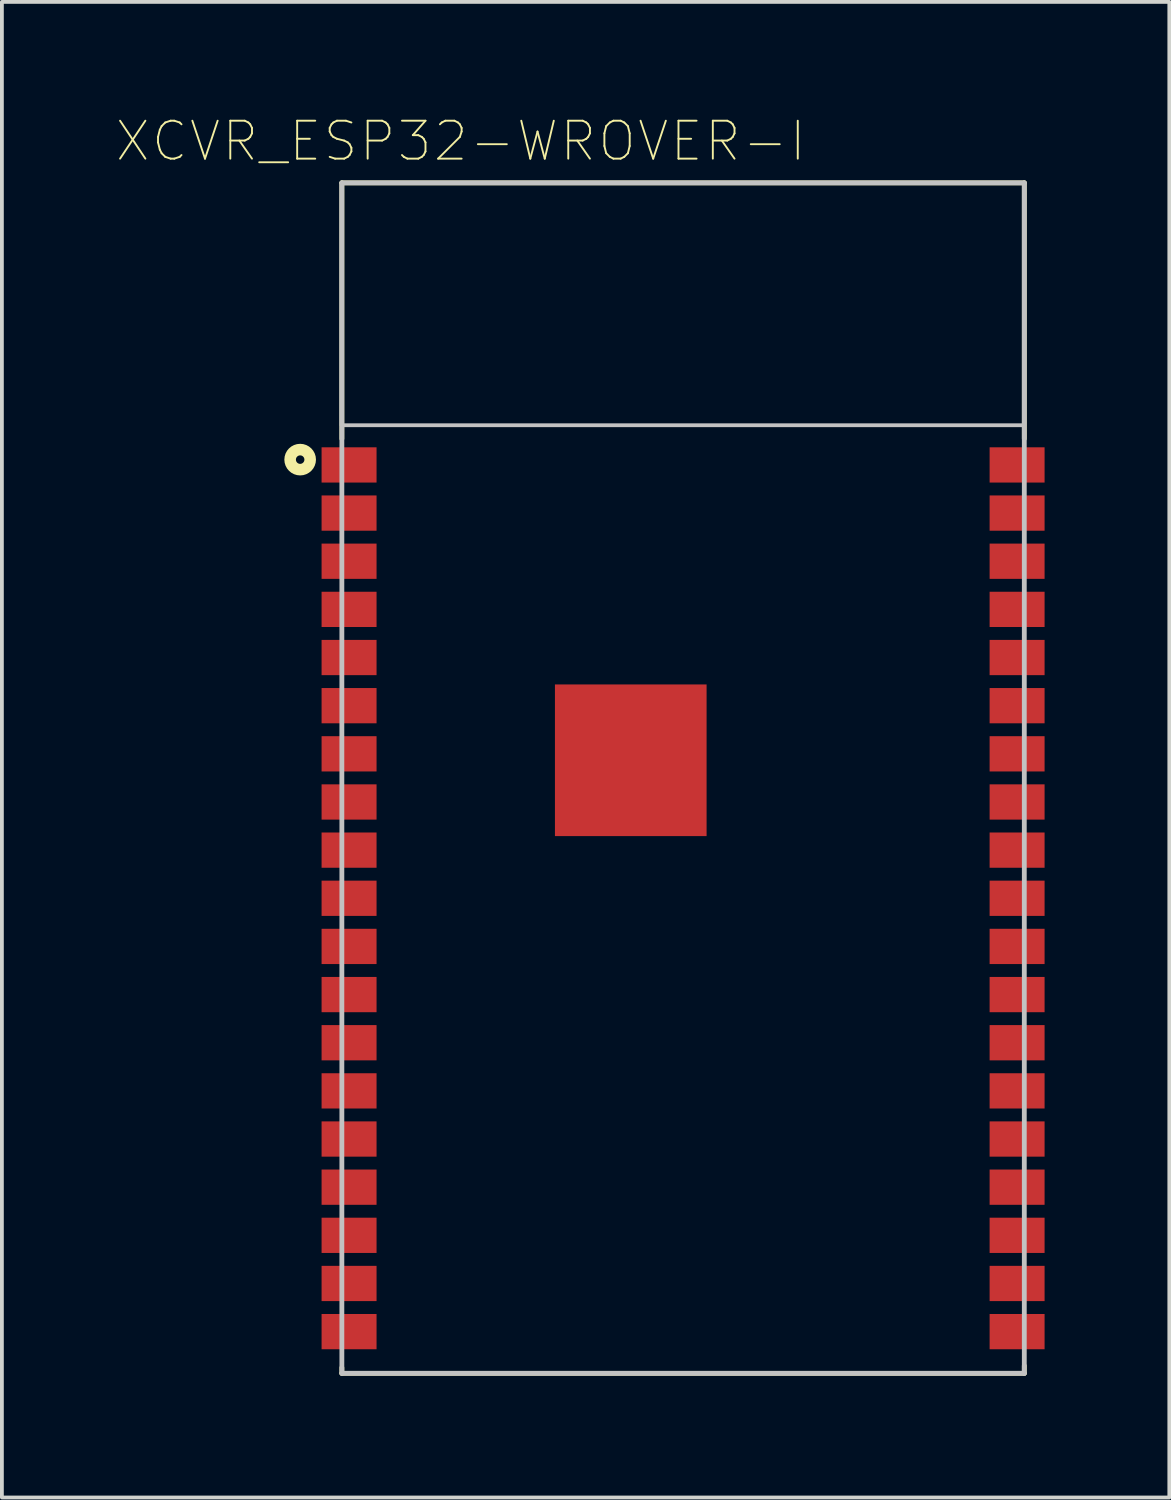
<source format=kicad_pcb>
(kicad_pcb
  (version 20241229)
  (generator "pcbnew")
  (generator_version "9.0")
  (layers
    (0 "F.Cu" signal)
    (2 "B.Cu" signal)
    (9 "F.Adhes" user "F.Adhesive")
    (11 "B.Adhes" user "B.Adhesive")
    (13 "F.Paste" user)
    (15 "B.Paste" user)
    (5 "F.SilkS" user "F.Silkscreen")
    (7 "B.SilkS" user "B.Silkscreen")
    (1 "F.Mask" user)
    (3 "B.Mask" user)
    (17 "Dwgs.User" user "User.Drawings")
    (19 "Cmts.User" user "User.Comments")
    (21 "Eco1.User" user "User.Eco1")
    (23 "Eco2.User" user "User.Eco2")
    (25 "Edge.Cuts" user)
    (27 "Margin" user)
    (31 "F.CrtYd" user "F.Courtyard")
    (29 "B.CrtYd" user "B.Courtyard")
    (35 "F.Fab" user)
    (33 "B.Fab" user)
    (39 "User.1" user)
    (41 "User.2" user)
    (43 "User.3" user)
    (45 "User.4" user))
  (footprint "XCVR_ESP32-WROVER-I"
    (layer "F.Cu")
    (at 14.967 17.473)
    (property "Reference" "XCVR_ESP32-WROVER-I" (at -5.865 -16.799 0) (layer "F.SilkS") (effects (font (size 1.001 1.001) (thickness 0.05))))
    (attr smd)
    (fp_line (start -9 -15.7) (end 9 -15.7) (stroke (width 0.127) (type solid)) (layer "F.SilkS"))
    (fp_line (start -9 -8.95) (end -9 -15.7) (stroke (width 0.127) (type solid)) (layer "F.SilkS"))
    (fp_line (start -9 15.55) (end -9 15.7) (stroke (width 0.127) (type solid)) (layer "F.SilkS"))
    (fp_line (start -9 15.7) (end 9 15.7) (stroke (width 0.127) (type solid)) (layer "F.SilkS"))
    (fp_line (start 9 -15.7) (end 9 -8.95) (stroke (width 0.127) (type solid)) (layer "F.SilkS"))
    (fp_line (start 9 15.7) (end 9 15.5) (stroke (width 0.127) (type solid)) (layer "F.SilkS"))
    (fp_circle (center -10.1 -8.4) (end -9.988 -8.4) (stroke (width 0.305) (type solid)) (fill no) (layer "F.SilkS"))
    (fp_poly (pts (xy -2.79 -1.88) (xy 0.03 -1.88) (xy 0.03 0.94) (xy -2.79 0.94)) (stroke (width 0) (type solid)) (fill yes) (layer "F.Paste"))
    (fp_line (start -9 -15.7) (end 9 -15.7) (stroke (width 0.127) (type solid)) (layer "Dwgs.User"))
    (fp_line (start -9 15.7) (end -9 -15.7) (stroke (width 0.127) (type solid)) (layer "Dwgs.User"))
    (fp_line (start 9 -15.7) (end 9 15.7) (stroke (width 0.127) (type solid)) (layer "Dwgs.User"))
    (fp_line (start 9 15.7) (end -9 15.7) (stroke (width 0.127) (type solid)) (layer "Dwgs.User"))
    (fp_poly (pts (xy -9.007 -15.7) (xy 9 -15.7) (xy 9 -9.307) (xy -9.007 -9.307)) (stroke (width 0.1) (type solid)) (fill no) (layer "Dwgs.User"))
    (fp_line (start -9.8 -15.95) (end 9.8 -15.95) (stroke (width 0.05) (type solid)) (layer "Eco1.User"))
    (fp_line (start -9.8 15.95) (end -9.8 -15.95) (stroke (width 0.05) (type solid)) (layer "Eco1.User"))
    (fp_line (start 9.8 -15.95) (end 9.8 15.95) (stroke (width 0.05) (type solid)) (layer "Eco1.User"))
    (fp_line (start 9.8 15.95) (end -9.8 15.95) (stroke (width 0.05) (type solid)) (layer "Eco1.User"))
    (fp_poly (pts (xy -9.003 -15.7) (xy 9 -15.7) (xy 9 -9.303) (xy -9.003 -9.303)) (stroke (width 0.1) (type solid)) (fill no) (layer "Eco1.User"))
    (pad "1" smd rect (at -8.81 -8.26) (size 1.45 0.93) (layers "F.Cu" "F.Mask" "F.Paste"))
    (pad "2" smd rect (at -8.81 -6.99) (size 1.45 0.93) (layers "F.Cu" "F.Mask" "F.Paste"))
    (pad "3" smd rect (at -8.81 -5.72) (size 1.45 0.93) (layers "F.Cu" "F.Mask" "F.Paste"))
    (pad "4" smd rect (at -8.81 -4.45) (size 1.45 0.93) (layers "F.Cu" "F.Mask" "F.Paste"))
    (pad "5" smd rect (at -8.81 -3.18) (size 1.45 0.93) (layers "F.Cu" "F.Mask" "F.Paste"))
    (pad "6" smd rect (at -8.81 -1.91) (size 1.45 0.93) (layers "F.Cu" "F.Mask" "F.Paste"))
    (pad "7" smd rect (at -8.81 -0.64) (size 1.45 0.93) (layers "F.Cu" "F.Mask" "F.Paste"))
    (pad "8" smd rect (at -8.81 0.63) (size 1.45 0.93) (layers "F.Cu" "F.Mask" "F.Paste"))
    (pad "9" smd rect (at -8.81 1.9) (size 1.45 0.93) (layers "F.Cu" "F.Mask" "F.Paste"))
    (pad "10" smd rect (at -8.81 3.17) (size 1.45 0.93) (layers "F.Cu" "F.Mask" "F.Paste"))
    (pad "11" smd rect (at -8.81 4.44) (size 1.45 0.93) (layers "F.Cu" "F.Mask" "F.Paste"))
    (pad "12" smd rect (at -8.81 5.71) (size 1.45 0.93) (layers "F.Cu" "F.Mask" "F.Paste"))
    (pad "13" smd rect (at -8.81 6.98) (size 1.45 0.93) (layers "F.Cu" "F.Mask" "F.Paste"))
    (pad "14" smd rect (at -8.81 8.25) (size 1.45 0.93) (layers "F.Cu" "F.Mask" "F.Paste"))
    (pad "15" smd rect (at -8.81 9.52) (size 1.45 0.93) (layers "F.Cu" "F.Mask" "F.Paste"))
    (pad "16" smd rect (at -8.81 10.79) (size 1.45 0.93) (layers "F.Cu" "F.Mask" "F.Paste"))
    (pad "17" smd rect (at -8.81 12.06) (size 1.45 0.93) (layers "F.Cu" "F.Mask" "F.Paste"))
    (pad "18" smd rect (at -8.81 13.33) (size 1.45 0.93) (layers "F.Cu" "F.Mask" "F.Paste"))
    (pad "19" smd rect (at -8.81 14.6) (size 1.45 0.93) (layers "F.Cu" "F.Mask" "F.Paste"))
    (pad "20" smd rect (at 8.81 14.6 180) (size 1.45 0.93) (layers "F.Cu" "F.Mask" "F.Paste"))
    (pad "21" smd rect (at 8.81 13.33 180) (size 1.45 0.93) (layers "F.Cu" "F.Mask" "F.Paste"))
    (pad "22" smd rect (at 8.81 12.06 180) (size 1.45 0.93) (layers "F.Cu" "F.Mask" "F.Paste"))
    (pad "23" smd rect (at 8.81 10.79 180) (size 1.45 0.93) (layers "F.Cu" "F.Mask" "F.Paste"))
    (pad "24" smd rect (at 8.81 9.52 180) (size 1.45 0.93) (layers "F.Cu" "F.Mask" "F.Paste"))
    (pad "25" smd rect (at 8.81 8.25 180) (size 1.45 0.93) (layers "F.Cu" "F.Mask" "F.Paste"))
    (pad "26" smd rect (at 8.81 6.98 180) (size 1.45 0.93) (layers "F.Cu" "F.Mask" "F.Paste"))
    (pad "27" smd rect (at 8.81 5.71 180) (size 1.45 0.93) (layers "F.Cu" "F.Mask" "F.Paste"))
    (pad "28" smd rect (at 8.81 4.44 180) (size 1.45 0.93) (layers "F.Cu" "F.Mask" "F.Paste"))
    (pad "29" smd rect (at 8.81 3.17 180) (size 1.45 0.93) (layers "F.Cu" "F.Mask" "F.Paste"))
    (pad "30" smd rect (at 8.81 1.9 180) (size 1.45 0.93) (layers "F.Cu" "F.Mask" "F.Paste"))
    (pad "31" smd rect (at 8.81 0.63 180) (size 1.45 0.93) (layers "F.Cu" "F.Mask" "F.Paste"))
    (pad "32" smd rect (at 8.81 -0.64 180) (size 1.45 0.93) (layers "F.Cu" "F.Mask" "F.Paste"))
    (pad "33" smd rect (at 8.81 -1.91 180) (size 1.45 0.93) (layers "F.Cu" "F.Mask" "F.Paste"))
    (pad "34" smd rect (at 8.81 -3.18 180) (size 1.45 0.93) (layers "F.Cu" "F.Mask" "F.Paste"))
    (pad "35" smd rect (at 8.81 -4.45 180) (size 1.45 0.93) (layers "F.Cu" "F.Mask" "F.Paste"))
    (pad "36" smd rect (at 8.81 -5.72 180) (size 1.45 0.93) (layers "F.Cu" "F.Mask" "F.Paste"))
    (pad "37" smd rect (at 8.81 -6.99 180) (size 1.45 0.93) (layers "F.Cu" "F.Mask" "F.Paste"))
    (pad "38" smd rect (at 8.81 -8.26 180) (size 1.45 0.93) (layers "F.Cu" "F.Mask" "F.Paste"))
    (pad "39" smd rect (at -1.38 -0.47) (size 4 4) (layers "F.Cu" "F.Mask" "F.Paste")))
  (gr_rect
    (start -3 -3)
    (end 27.792 36.448)
    (stroke (width 0.1) (type default))
    (fill no)
    (layer "Edge.Cuts")))
</source>
